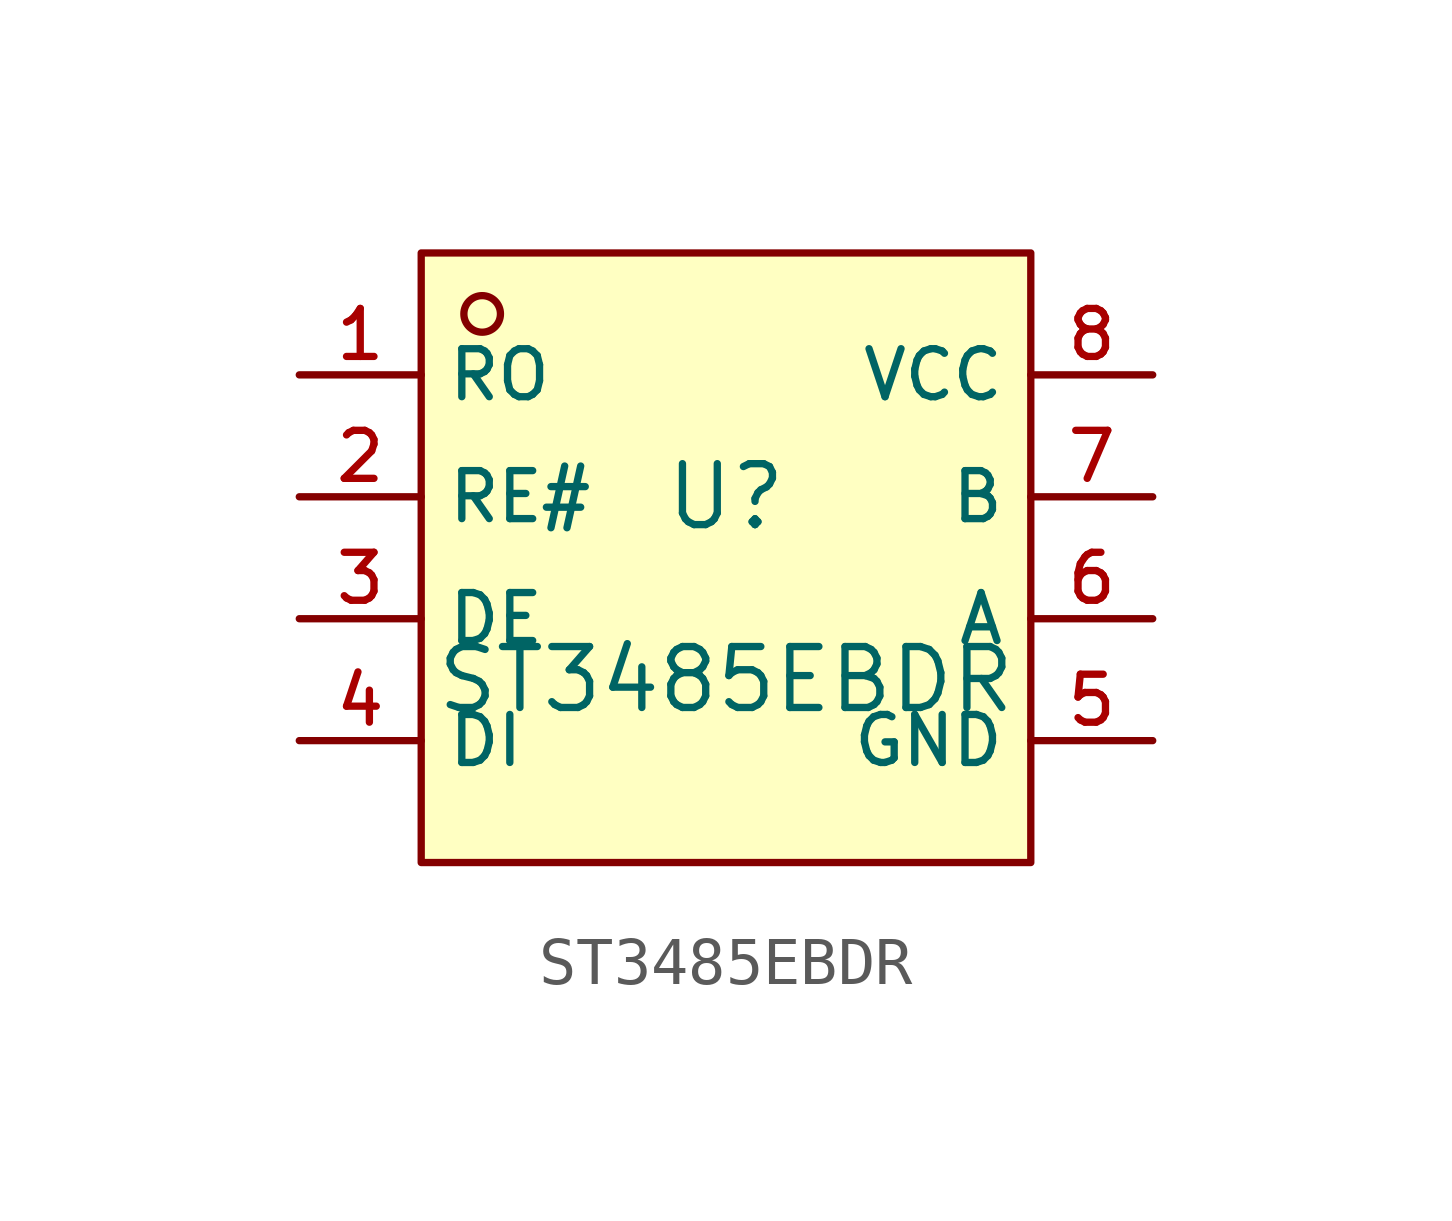
<source format=kicad_sym>
(kicad_symbol_lib
  (version 20210201)
  (generator TousstNicolas/JLC2KiCad_lib)
  (symbol "ST3485EBDR"
    (property "Reference" "U"
      (at 0 1.27 0)
      (effects (font (size 1.27 1.27))))
    (property "Value" "ST3485EBDR"
      (at 0 -2.54 0)
      (effects (font (size 1.27 1.27))))
    (symbol "ST3485EBDR_0_1"
      (rectangle (start -6.35 6.35) (end 6.35 -6.35) (stroke (width 0) (type default) (color 0 0 0 0)) (fill (type background)))
      (circle (center -5.08 5.08) (radius 0.381) (stroke (width 0) (type default) (color 0 0 0 0)) (fill (type background)))
      (pin unspecified line (at -8.89 3.81 0) (length 2.54) (name "RO" (effects (font (size 1 1)))) (number "1" (effects (font (size 1 1)))))
      (pin unspecified line (at -8.89 1.27 0) (length 2.54) (name "RE#" (effects (font (size 1 1)))) (number "2" (effects (font (size 1 1)))))
      (pin unspecified line (at -8.89 -1.27 0) (length 2.54) (name "DE" (effects (font (size 1 1)))) (number "3" (effects (font (size 1 1)))))
      (pin unspecified line (at -8.89 -3.81 0) (length 2.54) (name "DI" (effects (font (size 1 1)))) (number "4" (effects (font (size 1 1)))))
      (pin unspecified line (at 8.89 -3.81 180) (length 2.54) (name "GND" (effects (font (size 1 1)))) (number "5" (effects (font (size 1 1)))))
      (pin unspecified line (at 8.89 -1.27 180) (length 2.54) (name "A" (effects (font (size 1 1)))) (number "6" (effects (font (size 1 1)))))
      (pin unspecified line (at 8.89 1.27 180) (length 2.54) (name "B" (effects (font (size 1 1)))) (number "7" (effects (font (size 1 1)))))
      (pin unspecified line (at 8.89 3.81 180) (length 2.54) (name "VCC" (effects (font (size 1 1)))) (number "8" (effects (font (size 1 1))))))))
</source>
